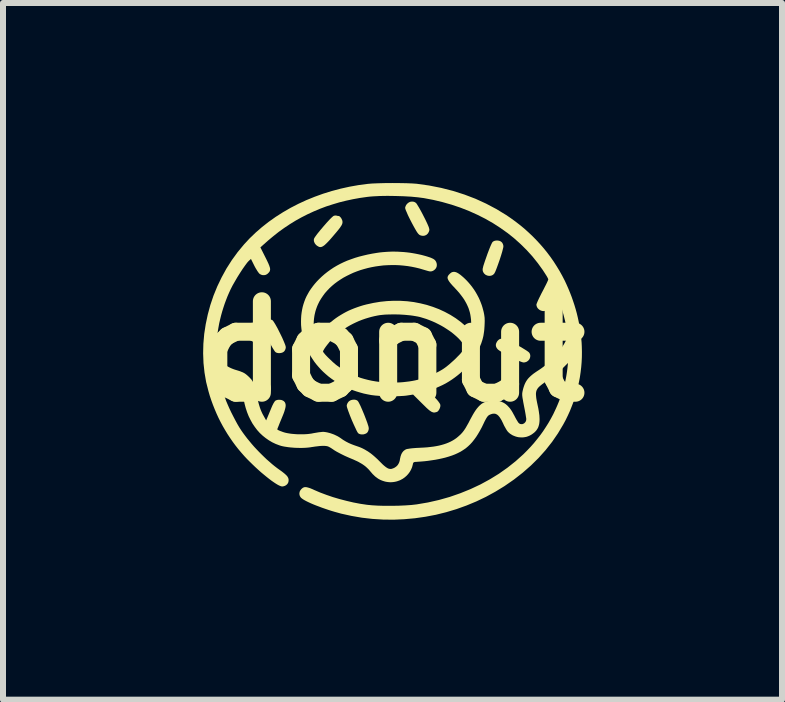
<source format=kicad_pcb>
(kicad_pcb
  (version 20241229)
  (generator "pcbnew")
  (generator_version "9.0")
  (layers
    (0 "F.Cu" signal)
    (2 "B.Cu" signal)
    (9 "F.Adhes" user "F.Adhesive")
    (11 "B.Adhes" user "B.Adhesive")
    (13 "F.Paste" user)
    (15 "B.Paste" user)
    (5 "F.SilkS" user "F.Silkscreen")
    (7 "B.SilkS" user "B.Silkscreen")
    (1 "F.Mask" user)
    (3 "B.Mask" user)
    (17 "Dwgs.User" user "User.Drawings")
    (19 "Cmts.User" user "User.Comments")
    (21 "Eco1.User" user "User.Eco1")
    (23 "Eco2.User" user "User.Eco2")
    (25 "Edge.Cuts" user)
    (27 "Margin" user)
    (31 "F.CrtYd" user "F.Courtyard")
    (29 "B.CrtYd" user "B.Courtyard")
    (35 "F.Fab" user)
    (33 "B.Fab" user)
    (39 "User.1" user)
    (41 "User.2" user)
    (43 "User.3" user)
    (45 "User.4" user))
  (footprint "donut"
    (layer "F.Cu")
    (at 3.491 2.805)
    (property "Reference" "donut" (at 0 0 0) (layer "F.SilkS") (effects (font (size 1.524 1.524) (thickness 0.3))))
    (attr through_hole)
    (fp_poly (pts (xy -2.05 -0.534) (xy -2.04 -0.533) (xy -2.031 -0.531) (xy -2.022 -0.528) (xy -2.012 -0.525) (xy -2.003 -0.521) (xy -2 -0.518) (xy -1.995 -0.513) (xy -1.983 -0.498) (xy -1.969 -0.476) (xy -1.953 -0.45) (xy -1.916 -0.384) (xy -1.878 -0.308) (xy -1.84 -0.231) (xy -1.809 -0.16) (xy -1.797 -0.13) (xy -1.787 -0.104) (xy -1.781 -0.083) (xy -1.779 -0.069) (xy -1.779 -0.065) (xy -1.78 -0.06) (xy -1.78 -0.055) (xy -1.781 -0.05) (xy -1.783 -0.045) (xy -1.784 -0.04) (xy -1.786 -0.036) (xy -1.787 -0.031) (xy -1.789 -0.026) (xy -1.792 -0.021) (xy -1.794 -0.017) (xy -1.796 -0.013) (xy -1.799 -0.009) (xy -1.802 -0.005) (xy -1.804 -0.002) (xy -1.807 0.001) (xy -1.81 0.004) (xy -1.814 0.007) (xy -1.818 0.01) (xy -1.821 0.012) (xy -1.825 0.015) (xy -1.83 0.017) (xy -1.839 0.021) (xy -1.848 0.024) (xy -1.858 0.026) (xy -1.868 0.028) (xy -1.879 0.029) (xy -1.889 0.029) (xy -1.899 0.029) (xy -1.909 0.028) (xy -1.919 0.026) (xy -1.928 0.024) (xy -1.933 0.022) (xy -1.937 0.02) (xy -1.941 0.018) (xy -1.944 0.016) (xy -1.948 0.014) (xy -1.951 0.011) (xy -1.96 0.002) (xy -1.971 -0.014) (xy -1.985 -0.036) (xy -2.002 -0.063) (xy -2.038 -0.129) (xy -2.076 -0.203) (xy -2.113 -0.278) (xy -2.145 -0.346) (xy -2.157 -0.375) (xy -2.166 -0.399) (xy -2.172 -0.417) (xy -2.174 -0.429) (xy -2.174 -0.433) (xy -2.174 -0.438) (xy -2.173 -0.443) (xy -2.172 -0.447) (xy -2.17 -0.452) (xy -2.169 -0.457) (xy -2.167 -0.462) (xy -2.165 -0.467) (xy -2.163 -0.472) (xy -2.16 -0.477) (xy -2.158 -0.482) (xy -2.155 -0.486) (xy -2.152 -0.491) (xy -2.149 -0.495) (xy -2.146 -0.499) (xy -2.143 -0.502) (xy -2.14 -0.506) (xy -2.137 -0.509) (xy -2.133 -0.512) (xy -2.13 -0.514) (xy -2.122 -0.519) (xy -2.114 -0.524) (xy -2.106 -0.527) (xy -2.097 -0.53) (xy -2.088 -0.532) (xy -2.079 -0.534) (xy -2.069 -0.535) (xy -2.06 -0.535)) (stroke (width 0) (type solid)) (fill yes) (layer "F.SilkS"))
    (fp_poly (pts (xy 1.829 -0.21) (xy 1.845 -0.208) (xy 1.864 -0.203) (xy 1.884 -0.196) (xy 1.907 -0.188) (xy 1.933 -0.177) (xy 1.962 -0.164) (xy 1.994 -0.148) (xy 2.068 -0.11) (xy 2.106 -0.089) (xy 2.143 -0.069) (xy 2.177 -0.048) (xy 2.208 -0.029) (xy 2.222 -0.02) (xy 2.235 -0.012) (xy 2.246 -0.004) (xy 2.256 0.003) (xy 2.264 0.009) (xy 2.271 0.015) (xy 2.276 0.02) (xy 2.278 0.022) (xy 2.279 0.024) (xy 2.283 0.03) (xy 2.287 0.037) (xy 2.289 0.044) (xy 2.292 0.05) (xy 2.293 0.057) (xy 2.295 0.064) (xy 2.295 0.071) (xy 2.295 0.078) (xy 2.295 0.084) (xy 2.294 0.091) (xy 2.293 0.098) (xy 2.291 0.105) (xy 2.289 0.111) (xy 2.287 0.117) (xy 2.284 0.124) (xy 2.28 0.13) (xy 2.277 0.136) (xy 2.273 0.141) (xy 2.268 0.147) (xy 2.263 0.152) (xy 2.258 0.157) (xy 2.253 0.161) (xy 2.247 0.165) (xy 2.241 0.169) (xy 2.235 0.173) (xy 2.228 0.176) (xy 2.221 0.178) (xy 2.214 0.181) (xy 2.207 0.182) (xy 2.199 0.184) (xy 2.191 0.185) (xy 2.183 0.185) (xy 2.171 0.183) (xy 2.152 0.177) (xy 2.128 0.168) (xy 2.101 0.157) (xy 2.036 0.127) (xy 1.965 0.092) (xy 1.894 0.055) (xy 1.831 0.019) (xy 1.804 0.002) (xy 1.781 -0.013) (xy 1.764 -0.025) (xy 1.753 -0.035) (xy 1.749 -0.039) (xy 1.746 -0.044) (xy 1.742 -0.048) (xy 1.739 -0.052) (xy 1.737 -0.056) (xy 1.734 -0.06) (xy 1.732 -0.064) (xy 1.73 -0.069) (xy 1.728 -0.073) (xy 1.726 -0.077) (xy 1.725 -0.081) (xy 1.724 -0.086) (xy 1.723 -0.09) (xy 1.722 -0.094) (xy 1.722 -0.099) (xy 1.722 -0.103) (xy 1.722 -0.107) (xy 1.722 -0.112) (xy 1.723 -0.116) (xy 1.723 -0.12) (xy 1.724 -0.125) (xy 1.726 -0.129) (xy 1.727 -0.134) (xy 1.729 -0.138) (xy 1.731 -0.142) (xy 1.733 -0.147) (xy 1.735 -0.151) (xy 1.738 -0.156) (xy 1.743 -0.165) (xy 1.75 -0.174) (xy 1.759 -0.184) (xy 1.769 -0.193) (xy 1.779 -0.2) (xy 1.789 -0.205) (xy 1.801 -0.209) (xy 1.814 -0.21)) (stroke (width 0) (type solid)) (fill yes) (layer "F.SilkS"))
    (fp_poly (pts (xy -0.63 0.805) (xy -0.625 0.806) (xy -0.62 0.807) (xy -0.614 0.808) (xy -0.609 0.81) (xy -0.605 0.811) (xy -0.6 0.813) (xy -0.595 0.815) (xy -0.591 0.818) (xy -0.587 0.82) (xy -0.584 0.823) (xy -0.58 0.826) (xy -0.577 0.83) (xy -0.569 0.841) (xy -0.559 0.859) (xy -0.533 0.911) (xy -0.504 0.978) (xy -0.473 1.052) (xy -0.444 1.127) (xy -0.419 1.195) (xy -0.41 1.224) (xy -0.402 1.248) (xy -0.398 1.267) (xy -0.396 1.28) (xy -0.396 1.285) (xy -0.397 1.291) (xy -0.397 1.296) (xy -0.398 1.302) (xy -0.399 1.307) (xy -0.401 1.312) (xy -0.402 1.318) (xy -0.404 1.323) (xy -0.406 1.328) (xy -0.408 1.332) (xy -0.41 1.337) (xy -0.413 1.341) (xy -0.416 1.345) (xy -0.418 1.349) (xy -0.421 1.353) (xy -0.424 1.356) (xy -0.428 1.359) (xy -0.431 1.362) (xy -0.435 1.364) (xy -0.438 1.367) (xy -0.443 1.369) (xy -0.447 1.371) (xy -0.456 1.375) (xy -0.465 1.378) (xy -0.475 1.381) (xy -0.485 1.383) (xy -0.496 1.384) (xy -0.506 1.384) (xy -0.516 1.384) (xy -0.526 1.383) (xy -0.536 1.381) (xy -0.546 1.378) (xy -0.55 1.377) (xy -0.554 1.375) (xy -0.558 1.373) (xy -0.562 1.371) (xy -0.566 1.368) (xy -0.57 1.366) (xy -0.577 1.358) (xy -0.587 1.342) (xy -0.599 1.32) (xy -0.612 1.292) (xy -0.644 1.224) (xy -0.678 1.147) (xy -0.71 1.068) (xy -0.737 0.996) (xy -0.756 0.94) (xy -0.761 0.92) (xy -0.763 0.907) (xy -0.763 0.903) (xy -0.762 0.899) (xy -0.762 0.895) (xy -0.761 0.891) (xy -0.759 0.886) (xy -0.758 0.882) (xy -0.756 0.877) (xy -0.754 0.872) (xy -0.752 0.867) (xy -0.749 0.863) (xy -0.747 0.858) (xy -0.744 0.854) (xy -0.741 0.85) (xy -0.738 0.846) (xy -0.735 0.842) (xy -0.732 0.838) (xy -0.728 0.834) (xy -0.724 0.831) (xy -0.72 0.828) (xy -0.716 0.825) (xy -0.711 0.822) (xy -0.706 0.819) (xy -0.701 0.817) (xy -0.696 0.814) (xy -0.691 0.812) (xy -0.686 0.811) (xy -0.68 0.809) (xy -0.675 0.808) (xy -0.664 0.806) (xy -0.652 0.805) (xy -0.641 0.805)) (stroke (width 0) (type solid)) (fill yes) (layer "F.SilkS"))
    (fp_poly (pts (xy 1.753 -1.847) (xy 1.764 -1.845) (xy 1.775 -1.843) (xy 1.785 -1.84) (xy 1.79 -1.838) (xy 1.795 -1.836) (xy 1.799 -1.834) (xy 1.804 -1.831) (xy 1.808 -1.828) (xy 1.812 -1.825) (xy 1.816 -1.822) (xy 1.819 -1.819) (xy 1.822 -1.816) (xy 1.825 -1.812) (xy 1.828 -1.809) (xy 1.83 -1.805) (xy 1.833 -1.801) (xy 1.835 -1.796) (xy 1.837 -1.792) (xy 1.839 -1.787) (xy 1.841 -1.782) (xy 1.843 -1.777) (xy 1.844 -1.772) (xy 1.845 -1.767) (xy 1.846 -1.763) (xy 1.847 -1.758) (xy 1.847 -1.753) (xy 1.847 -1.748) (xy 1.846 -1.736) (xy 1.842 -1.718) (xy 1.829 -1.666) (xy 1.809 -1.599) (xy 1.785 -1.525) (xy 1.759 -1.451) (xy 1.735 -1.385) (xy 1.714 -1.332) (xy 1.705 -1.314) (xy 1.698 -1.301) (xy 1.694 -1.295) (xy 1.689 -1.289) (xy 1.684 -1.284) (xy 1.678 -1.28) (xy 1.673 -1.275) (xy 1.667 -1.272) (xy 1.661 -1.268) (xy 1.654 -1.266) (xy 1.648 -1.263) (xy 1.641 -1.261) (xy 1.634 -1.26) (xy 1.627 -1.259) (xy 1.62 -1.258) (xy 1.613 -1.258) (xy 1.606 -1.259) (xy 1.599 -1.259) (xy 1.591 -1.26) (xy 1.584 -1.262) (xy 1.578 -1.264) (xy 1.571 -1.267) (xy 1.564 -1.269) (xy 1.558 -1.273) (xy 1.551 -1.276) (xy 1.545 -1.28) (xy 1.54 -1.285) (xy 1.534 -1.29) (xy 1.529 -1.295) (xy 1.524 -1.3) (xy 1.52 -1.306) (xy 1.516 -1.313) (xy 1.512 -1.319) (xy 1.509 -1.327) (xy 1.506 -1.333) (xy 1.504 -1.34) (xy 1.503 -1.347) (xy 1.502 -1.355) (xy 1.502 -1.363) (xy 1.502 -1.373) (xy 1.504 -1.384) (xy 1.507 -1.396) (xy 1.51 -1.41) (xy 1.514 -1.426) (xy 1.527 -1.466) (xy 1.544 -1.517) (xy 1.567 -1.582) (xy 1.582 -1.625) (xy 1.598 -1.667) (xy 1.613 -1.706) (xy 1.627 -1.741) (xy 1.64 -1.771) (xy 1.651 -1.795) (xy 1.656 -1.804) (xy 1.66 -1.812) (xy 1.664 -1.818) (xy 1.667 -1.822) (xy 1.67 -1.825) (xy 1.674 -1.828) (xy 1.678 -1.831) (xy 1.682 -1.833) (xy 1.686 -1.836) (xy 1.691 -1.838) (xy 1.696 -1.84) (xy 1.7 -1.841) (xy 1.705 -1.843) (xy 1.71 -1.844) (xy 1.721 -1.846) (xy 1.732 -1.847) (xy 1.743 -1.847)) (stroke (width 0) (type solid)) (fill yes) (layer "F.SilkS"))
    (fp_poly (pts (xy -0.945 -2.264) (xy -0.942 -2.264) (xy -0.939 -2.263) (xy -0.937 -2.263) (xy -0.935 -2.262) (xy -0.931 -2.261) (xy -0.926 -2.26) (xy -0.922 -2.259) (xy -0.917 -2.258) (xy -0.913 -2.257) (xy -0.909 -2.257) (xy -0.906 -2.257) (xy -0.904 -2.256) (xy -0.903 -2.256) (xy -0.9 -2.256) (xy -0.897 -2.256) (xy -0.894 -2.255) (xy -0.891 -2.254) (xy -0.888 -2.252) (xy -0.885 -2.251) (xy -0.882 -2.249) (xy -0.879 -2.247) (xy -0.874 -2.241) (xy -0.868 -2.235) (xy -0.862 -2.229) (xy -0.857 -2.221) (xy -0.852 -2.214) (xy -0.848 -2.205) (xy -0.844 -2.197) (xy -0.84 -2.188) (xy -0.837 -2.179) (xy -0.835 -2.17) (xy -0.834 -2.162) (xy -0.834 -2.158) (xy -0.834 -2.153) (xy -0.834 -2.146) (xy -0.835 -2.139) (xy -0.837 -2.131) (xy -0.839 -2.123) (xy -0.843 -2.114) (xy -0.848 -2.105) (xy -0.853 -2.094) (xy -0.861 -2.083) (xy -0.869 -2.07) (xy -0.879 -2.056) (xy -0.904 -2.024) (xy -0.937 -1.984) (xy -0.978 -1.936) (xy -1.006 -1.903) (xy -1.032 -1.873) (xy -1.056 -1.846) (xy -1.078 -1.823) (xy -1.098 -1.803) (xy -1.107 -1.794) (xy -1.116 -1.786) (xy -1.124 -1.778) (xy -1.132 -1.771) (xy -1.14 -1.765) (xy -1.147 -1.76) (xy -1.154 -1.755) (xy -1.161 -1.751) (xy -1.168 -1.747) (xy -1.174 -1.744) (xy -1.18 -1.742) (xy -1.186 -1.74) (xy -1.192 -1.739) (xy -1.198 -1.738) (xy -1.203 -1.738) (xy -1.209 -1.738) (xy -1.214 -1.739) (xy -1.22 -1.74) (xy -1.225 -1.742) (xy -1.23 -1.744) (xy -1.236 -1.747) (xy -1.241 -1.75) (xy -1.246 -1.753) (xy -1.251 -1.756) (xy -1.256 -1.759) (xy -1.26 -1.762) (xy -1.265 -1.766) (xy -1.269 -1.769) (xy -1.277 -1.777) (xy -1.284 -1.785) (xy -1.29 -1.793) (xy -1.296 -1.801) (xy -1.3 -1.81) (xy -1.302 -1.815) (xy -1.304 -1.819) (xy -1.306 -1.824) (xy -1.307 -1.828) (xy -1.309 -1.833) (xy -1.31 -1.837) (xy -1.31 -1.842) (xy -1.311 -1.846) (xy -1.311 -1.851) (xy -1.311 -1.855) (xy -1.311 -1.86) (xy -1.311 -1.864) (xy -1.31 -1.868) (xy -1.309 -1.873) (xy -1.308 -1.877) (xy -1.306 -1.881) (xy -1.3 -1.893) (xy -1.288 -1.911) (xy -1.272 -1.933) (xy -1.253 -1.959) (xy -1.205 -2.018) (xy -1.151 -2.082) (xy -1.096 -2.145) (xy -1.046 -2.199) (xy -1.024 -2.221) (xy -1.006 -2.238) (xy -0.992 -2.25) (xy -0.987 -2.254) (xy -0.983 -2.256) (xy -0.98 -2.258) (xy -0.977 -2.259) (xy -0.973 -2.26) (xy -0.97 -2.261) (xy -0.967 -2.262) (xy -0.963 -2.262) (xy -0.96 -2.263) (xy -0.957 -2.264) (xy -0.953 -2.264) (xy -0.95 -2.264) (xy -0.947 -2.264)) (stroke (width 0) (type solid)) (fill yes) (layer "F.SilkS"))
    (fp_poly (pts (xy 0.333 -2.496) (xy 0.338 -2.495) (xy 0.343 -2.495) (xy 0.348 -2.494) (xy 0.352 -2.493) (xy 0.357 -2.491) (xy 0.362 -2.49) (xy 0.366 -2.488) (xy 0.371 -2.486) (xy 0.375 -2.484) (xy 0.379 -2.481) (xy 0.383 -2.478) (xy 0.387 -2.476) (xy 0.391 -2.472) (xy 0.395 -2.469) (xy 0.399 -2.463) (xy 0.41 -2.447) (xy 0.424 -2.424) (xy 0.441 -2.396) (xy 0.459 -2.364) (xy 0.479 -2.328) (xy 0.499 -2.29) (xy 0.52 -2.249) (xy 0.546 -2.198) (xy 0.557 -2.175) (xy 0.567 -2.154) (xy 0.576 -2.135) (xy 0.584 -2.117) (xy 0.591 -2.101) (xy 0.597 -2.087) (xy 0.602 -2.074) (xy 0.606 -2.063) (xy 0.609 -2.052) (xy 0.611 -2.043) (xy 0.613 -2.035) (xy 0.613 -2.028) (xy 0.614 -2.025) (xy 0.613 -2.022) (xy 0.613 -2.019) (xy 0.613 -2.017) (xy 0.611 -2.01) (xy 0.609 -2.003) (xy 0.607 -1.997) (xy 0.604 -1.991) (xy 0.601 -1.985) (xy 0.598 -1.98) (xy 0.595 -1.974) (xy 0.592 -1.969) (xy 0.588 -1.964) (xy 0.585 -1.96) (xy 0.581 -1.956) (xy 0.576 -1.952) (xy 0.572 -1.948) (xy 0.568 -1.944) (xy 0.563 -1.941) (xy 0.558 -1.938) (xy 0.554 -1.936) (xy 0.548 -1.934) (xy 0.543 -1.931) (xy 0.538 -1.93) (xy 0.533 -1.928) (xy 0.527 -1.927) (xy 0.521 -1.926) (xy 0.516 -1.926) (xy 0.51 -1.926) (xy 0.504 -1.926) (xy 0.498 -1.926) (xy 0.491 -1.927) (xy 0.485 -1.928) (xy 0.479 -1.929) (xy 0.472 -1.931) (xy 0.466 -1.933) (xy 0.459 -1.936) (xy 0.453 -1.939) (xy 0.446 -1.943) (xy 0.44 -1.949) (xy 0.433 -1.955) (xy 0.426 -1.963) (xy 0.419 -1.972) (xy 0.411 -1.983) (xy 0.403 -1.995) (xy 0.394 -2.01) (xy 0.373 -2.046) (xy 0.347 -2.093) (xy 0.316 -2.151) (xy 0.295 -2.192) (xy 0.275 -2.232) (xy 0.257 -2.269) (xy 0.242 -2.304) (xy 0.229 -2.334) (xy 0.223 -2.347) (xy 0.219 -2.359) (xy 0.215 -2.369) (xy 0.213 -2.378) (xy 0.211 -2.384) (xy 0.211 -2.389) (xy 0.211 -2.393) (xy 0.211 -2.398) (xy 0.212 -2.402) (xy 0.213 -2.407) (xy 0.215 -2.411) (xy 0.217 -2.416) (xy 0.219 -2.421) (xy 0.221 -2.426) (xy 0.223 -2.431) (xy 0.226 -2.436) (xy 0.229 -2.441) (xy 0.232 -2.445) (xy 0.235 -2.449) (xy 0.239 -2.454) (xy 0.242 -2.457) (xy 0.246 -2.461) (xy 0.25 -2.465) (xy 0.254 -2.469) (xy 0.258 -2.472) (xy 0.262 -2.475) (xy 0.267 -2.478) (xy 0.271 -2.481) (xy 0.275 -2.483) (xy 0.28 -2.486) (xy 0.285 -2.488) (xy 0.289 -2.49) (xy 0.294 -2.491) (xy 0.299 -2.493) (xy 0.304 -2.494) (xy 0.309 -2.495) (xy 0.314 -2.495) (xy 0.319 -2.496) (xy 0.323 -2.496) (xy 0.328 -2.496)) (stroke (width 0) (type solid)) (fill yes) (layer "F.SilkS"))
    (fp_poly (pts (xy 0.086 -1.661) (xy 0.137 -1.658) (xy 0.187 -1.655) (xy 0.238 -1.65) (xy 0.288 -1.644) (xy 0.338 -1.636) (xy 0.388 -1.627) (xy 0.437 -1.617) (xy 0.486 -1.606) (xy 0.534 -1.593) (xy 0.559 -1.586) (xy 0.582 -1.579) (xy 0.603 -1.572) (xy 0.622 -1.566) (xy 0.638 -1.56) (xy 0.646 -1.557) (xy 0.653 -1.553) (xy 0.66 -1.55) (xy 0.667 -1.547) (xy 0.673 -1.544) (xy 0.679 -1.541) (xy 0.684 -1.538) (xy 0.689 -1.534) (xy 0.694 -1.531) (xy 0.698 -1.528) (xy 0.702 -1.524) (xy 0.706 -1.521) (xy 0.709 -1.517) (xy 0.713 -1.513) (xy 0.716 -1.509) (xy 0.718 -1.505) (xy 0.721 -1.501) (xy 0.723 -1.497) (xy 0.726 -1.493) (xy 0.728 -1.488) (xy 0.729 -1.484) (xy 0.731 -1.479) (xy 0.733 -1.474) (xy 0.734 -1.468) (xy 0.736 -1.463) (xy 0.737 -1.458) (xy 0.737 -1.453) (xy 0.738 -1.448) (xy 0.738 -1.443) (xy 0.738 -1.437) (xy 0.738 -1.433) (xy 0.737 -1.428) (xy 0.737 -1.423) (xy 0.736 -1.418) (xy 0.735 -1.413) (xy 0.733 -1.408) (xy 0.732 -1.404) (xy 0.73 -1.399) (xy 0.728 -1.395) (xy 0.726 -1.391) (xy 0.723 -1.386) (xy 0.72 -1.382) (xy 0.718 -1.378) (xy 0.715 -1.374) (xy 0.711 -1.37) (xy 0.708 -1.367) (xy 0.704 -1.363) (xy 0.7 -1.36) (xy 0.696 -1.356) (xy 0.692 -1.353) (xy 0.688 -1.35) (xy 0.683 -1.347) (xy 0.678 -1.345) (xy 0.673 -1.342) (xy 0.667 -1.339) (xy 0.661 -1.337) (xy 0.655 -1.335) (xy 0.649 -1.334) (xy 0.643 -1.333) (xy 0.636 -1.332) (xy 0.629 -1.333) (xy 0.621 -1.333) (xy 0.613 -1.334) (xy 0.603 -1.336) (xy 0.593 -1.339) (xy 0.581 -1.342) (xy 0.554 -1.35) (xy 0.52 -1.36) (xy 0.453 -1.38) (xy 0.387 -1.396) (xy 0.319 -1.41) (xy 0.252 -1.421) (xy 0.184 -1.429) (xy 0.117 -1.435) (xy 0.049 -1.438) (xy -0.018 -1.438) (xy -0.085 -1.436) (xy -0.152 -1.432) (xy -0.218 -1.424) (xy -0.283 -1.415) (xy -0.348 -1.403) (xy -0.411 -1.389) (xy -0.474 -1.372) (xy -0.535 -1.354) (xy -0.594 -1.333) (xy -0.653 -1.31) (xy -0.709 -1.284) (xy -0.764 -1.257) (xy -0.818 -1.228) (xy -0.869 -1.196) (xy -0.918 -1.163) (xy -0.965 -1.128) (xy -1.009 -1.091) (xy -1.051 -1.052) (xy -1.09 -1.011) (xy -1.127 -0.969) (xy -1.16 -0.924) (xy -1.191 -0.878) (xy -1.219 -0.831) (xy -1.243 -0.782) (xy -1.255 -0.754) (xy -1.266 -0.725) (xy -1.276 -0.696) (xy -1.285 -0.667) (xy -1.292 -0.637) (xy -1.299 -0.607) (xy -1.304 -0.577) (xy -1.308 -0.547) (xy -1.311 -0.517) (xy -1.313 -0.488) (xy -1.313 -0.458) (xy -1.313 -0.428) (xy -1.311 -0.399) (xy -1.308 -0.369) (xy -1.303 -0.34) (xy -1.298 -0.312) (xy -1.284 -0.243) (xy -1.14 -0.385) (xy -1.102 -0.422) (xy -1.063 -0.458) (xy -1.024 -0.491) (xy -0.985 -0.523) (xy -0.945 -0.553) (xy -0.904 -0.581) (xy -0.862 -0.607) (xy -0.82 -0.632) (xy -0.776 -0.656) (xy -0.732 -0.678) (xy -0.686 -0.698) (xy -0.639 -0.717) (xy -0.59 -0.735) (xy -0.54 -0.752) (xy -0.488 -0.768) (xy -0.434 -0.782) (xy -0.32 -0.807) (xy -0.206 -0.826) (xy -0.091 -0.838) (xy 0.022 -0.843) (xy 0.135 -0.842) (xy 0.247 -0.835) (xy 0.357 -0.821) (xy 0.465 -0.8) (xy 0.571 -0.774) (xy 0.674 -0.741) (xy 0.774 -0.703) (xy 0.871 -0.658) (xy 0.964 -0.608) (xy 1.053 -0.552) (xy 1.137 -0.49) (xy 1.217 -0.422) (xy 1.311 -0.335) (xy 1.311 -0.446) (xy 1.31 -0.489) (xy 1.308 -0.53) (xy 1.303 -0.57) (xy 1.297 -0.609) (xy 1.289 -0.647) (xy 1.278 -0.684) (xy 1.266 -0.721) (xy 1.251 -0.756) (xy 1.234 -0.792) (xy 1.215 -0.827) (xy 1.194 -0.863) (xy 1.17 -0.898) (xy 1.143 -0.934) (xy 1.114 -0.971) (xy 1.082 -1.008) (xy 1.047 -1.046) (xy 1.022 -1.073) (xy 0.999 -1.097) (xy 0.98 -1.119) (xy 0.971 -1.129) (xy 0.963 -1.139) (xy 0.956 -1.148) (xy 0.949 -1.157) (xy 0.943 -1.166) (xy 0.938 -1.174) (xy 0.933 -1.181) (xy 0.929 -1.189) (xy 0.926 -1.196) (xy 0.923 -1.202) (xy 0.92 -1.209) (xy 0.919 -1.215) (xy 0.918 -1.221) (xy 0.917 -1.226) (xy 0.917 -1.232) (xy 0.918 -1.237) (xy 0.919 -1.243) (xy 0.921 -1.248) (xy 0.923 -1.253) (xy 0.925 -1.258) (xy 0.929 -1.263) (xy 0.932 -1.269) (xy 0.936 -1.274) (xy 0.941 -1.279) (xy 0.946 -1.284) (xy 0.951 -1.29) (xy 0.961 -1.299) (xy 0.966 -1.303) (xy 0.971 -1.307) (xy 0.976 -1.311) (xy 0.981 -1.314) (xy 0.986 -1.316) (xy 0.991 -1.319) (xy 0.997 -1.321) (xy 1.002 -1.322) (xy 1.007 -1.323) (xy 1.012 -1.324) (xy 1.018 -1.325) (xy 1.023 -1.325) (xy 1.029 -1.325) (xy 1.035 -1.324) (xy 1.041 -1.323) (xy 1.047 -1.322) (xy 1.053 -1.32) (xy 1.059 -1.318) (xy 1.065 -1.316) (xy 1.072 -1.313) (xy 1.085 -1.306) (xy 1.099 -1.298) (xy 1.113 -1.288) (xy 1.129 -1.277) (xy 1.145 -1.264) (xy 1.178 -1.236) (xy 1.209 -1.207) (xy 1.24 -1.176) (xy 1.269 -1.144) (xy 1.297 -1.111) (xy 1.324 -1.077) (xy 1.349 -1.042) (xy 1.374 -1.005) (xy 1.396 -0.968) (xy 1.417 -0.93) (xy 1.437 -0.892) (xy 1.455 -0.852) (xy 1.471 -0.812) (xy 1.486 -0.772) (xy 1.499 -0.731) (xy 1.51 -0.69) (xy 1.519 -0.655) (xy 1.525 -0.624) (xy 1.528 -0.609) (xy 1.53 -0.594) (xy 1.532 -0.58) (xy 1.534 -0.565) (xy 1.535 -0.55) (xy 1.535 -0.535) (xy 1.536 -0.519) (xy 1.536 -0.502) (xy 1.535 -0.465) (xy 1.533 -0.422) (xy 1.531 -0.392) (xy 1.529 -0.363) (xy 1.526 -0.335) (xy 1.522 -0.308) (xy 1.518 -0.282) (xy 1.514 -0.257) (xy 1.508 -0.232) (xy 1.502 -0.208) (xy 1.495 -0.184) (xy 1.487 -0.16) (xy 1.479 -0.135) (xy 1.469 -0.111) (xy 1.459 -0.086) (xy 1.447 -0.06) (xy 1.435 -0.033) (xy 1.421 -0.006) (xy 1.394 0.044) (xy 1.365 0.093) (xy 1.332 0.14) (xy 1.297 0.187) (xy 1.26 0.232) (xy 1.22 0.276) (xy 1.178 0.318) (xy 1.134 0.359) (xy 1.088 0.397) (xy 1.04 0.434) (xy 0.991 0.469) (xy 0.94 0.502) (xy 0.888 0.533) (xy 0.834 0.561) (xy 0.78 0.586) (xy 0.724 0.61) (xy 0.606 0.656) (xy 0.637 0.691) (xy 0.653 0.71) (xy 0.676 0.736) (xy 0.702 0.764) (xy 0.727 0.792) (xy 0.733 0.798) (xy 0.739 0.805) (xy 0.745 0.812) (xy 0.751 0.819) (xy 0.756 0.826) (xy 0.762 0.833) (xy 0.767 0.839) (xy 0.771 0.846) (xy 0.776 0.852) (xy 0.78 0.858) (xy 0.784 0.864) (xy 0.787 0.869) (xy 0.79 0.874) (xy 0.792 0.879) (xy 0.794 0.883) (xy 0.795 0.886) (xy 0.796 0.89) (xy 0.796 0.893) (xy 0.797 0.897) (xy 0.797 0.901) (xy 0.797 0.906) (xy 0.797 0.91) (xy 0.796 0.914) (xy 0.796 0.919) (xy 0.795 0.924) (xy 0.794 0.928) (xy 0.791 0.938) (xy 0.788 0.947) (xy 0.784 0.956) (xy 0.779 0.966) (xy 0.774 0.974) (xy 0.769 0.982) (xy 0.766 0.986) (xy 0.764 0.989) (xy 0.761 0.993) (xy 0.758 0.996) (xy 0.755 0.999) (xy 0.752 1.001) (xy 0.749 1.004) (xy 0.746 1.006) (xy 0.743 1.007) (xy 0.74 1.009) (xy 0.727 1.013) (xy 0.715 1.016) (xy 0.704 1.018) (xy 0.699 1.019) (xy 0.693 1.019) (xy 0.688 1.019) (xy 0.682 1.018) (xy 0.676 1.017) (xy 0.671 1.015) (xy 0.665 1.013) (xy 0.659 1.011) (xy 0.646 1.005) (xy 0.633 0.996) (xy 0.618 0.986) (xy 0.602 0.973) (xy 0.585 0.958) (xy 0.565 0.94) (xy 0.544 0.919) (xy 0.493 0.869) (xy 0.343 0.72) (xy 0.246 0.735) (xy 0.217 0.739) (xy 0.184 0.742) (xy 0.112 0.746) (xy 0.032 0.749) (xy -0.052 0.749) (xy -0.136 0.746) (xy -0.217 0.742) (xy -0.29 0.736) (xy -0.354 0.728) (xy -0.417 0.716) (xy -0.479 0.703) (xy -0.54 0.686) (xy -0.6 0.668) (xy -0.658 0.648) (xy -0.715 0.625) (xy -0.77 0.601) (xy -0.824 0.575) (xy -0.877 0.546) (xy -0.928 0.516) (xy -0.977 0.484) (xy -1.024 0.451) (xy -1.07 0.416) (xy -1.113 0.379) (xy -1.155 0.341) (xy -1.195 0.301) (xy -1.233 0.259) (xy -1.269 0.217) (xy -1.303 0.173) (xy -1.334 0.127) (xy -1.364 0.081) (xy -1.391 0.033) (xy -1.407 0.001) (xy -1.158 0.001) (xy -1.158 0.004) (xy -1.156 0.007) (xy -1.152 0.015) (xy -1.144 0.026) (xy -1.133 0.039) (xy -1.121 0.054) (xy -1.106 0.07) (xy -1.072 0.105) (xy -1.034 0.141) (xy -0.995 0.178) (xy -0.957 0.211) (xy -0.939 0.226) (xy -0.923 0.238) (xy -0.87 0.275) (xy -0.817 0.309) (xy -0.762 0.341) (xy -0.706 0.37) (xy -0.649 0.396) (xy -0.59 0.42) (xy -0.531 0.442) (xy -0.469 0.46) (xy -0.407 0.476) (xy -0.343 0.49) (xy -0.278 0.501) (xy -0.211 0.51) (xy -0.143 0.516) (xy -0.074 0.52) (xy -0.003 0.521) (xy 0.069 0.519) (xy 0.124 0.517) (xy 0.177 0.513) (xy 0.229 0.507) (xy 0.279 0.501) (xy 0.328 0.493) (xy 0.375 0.484) (xy 0.422 0.473) (xy 0.468 0.461) (xy 0.513 0.448) (xy 0.557 0.433) (xy 0.602 0.416) (xy 0.646 0.397) (xy 0.69 0.377) (xy 0.734 0.355) (xy 0.779 0.332) (xy 0.824 0.306) (xy 0.845 0.293) (xy 0.868 0.277) (xy 0.893 0.259) (xy 0.919 0.238) (xy 0.946 0.216) (xy 0.973 0.192) (xy 1.001 0.167) (xy 1.029 0.142) (xy 1.056 0.116) (xy 1.081 0.09) (xy 1.105 0.066) (xy 1.128 0.042) (xy 1.147 0.019) (xy 1.164 -0.002) (xy 1.178 -0.021) (xy 1.188 -0.037) (xy 1.212 -0.081) (xy 1.156 -0.152) (xy 1.128 -0.186) (xy 1.097 -0.219) (xy 1.063 -0.251) (xy 1.026 -0.283) (xy 0.987 -0.315) (xy 0.945 -0.345) (xy 0.901 -0.374) (xy 0.856 -0.403) (xy 0.809 -0.43) (xy 0.761 -0.455) (xy 0.711 -0.48) (xy 0.661 -0.502) (xy 0.611 -0.522) (xy 0.56 -0.541) (xy 0.508 -0.557) (xy 0.458 -0.572) (xy 0.422 -0.58) (xy 0.383 -0.587) (xy 0.341 -0.594) (xy 0.297 -0.6) (xy 0.203 -0.609) (xy 0.105 -0.615) (xy 0.007 -0.616) (xy -0.086 -0.614) (xy -0.13 -0.612) (xy -0.172 -0.608) (xy -0.21 -0.604) (xy -0.245 -0.598) (xy -0.3 -0.587) (xy -0.354 -0.574) (xy -0.407 -0.559) (xy -0.459 -0.543) (xy -0.51 -0.525) (xy -0.561 -0.505) (xy -0.61 -0.483) (xy -0.658 -0.46) (xy -0.704 -0.436) (xy -0.749 -0.41) (xy -0.793 -0.382) (xy -0.835 -0.354) (xy -0.876 -0.324) (xy -0.915 -0.292) (xy -0.952 -0.26) (xy -0.987 -0.226) (xy -1.001 -0.212) (xy -1.015 -0.197) (xy -1.029 -0.181) (xy -1.044 -0.164) (xy -1.058 -0.147) (xy -1.072 -0.129) (xy -1.086 -0.112) (xy -1.099 -0.095) (xy -1.112 -0.078) (xy -1.123 -0.062) (xy -1.133 -0.048) (xy -1.141 -0.034) (xy -1.148 -0.022) (xy -1.154 -0.012) (xy -1.157 -0.004) (xy -1.158 -0.001) (xy -1.158 0.001) (xy -1.407 0.001) (xy -1.416 -0.015) (xy -1.438 -0.065) (xy -1.458 -0.116) (xy -1.475 -0.168) (xy -1.49 -0.22) (xy -1.503 -0.273) (xy -1.512 -0.328) (xy -1.519 -0.382) (xy -1.524 -0.438) (xy -1.525 -0.494) (xy -1.524 -0.546) (xy -1.521 -0.597) (xy -1.515 -0.646) (xy -1.507 -0.694) (xy -1.497 -0.741) (xy -1.484 -0.787) (xy -1.469 -0.832) (xy -1.452 -0.877) (xy -1.432 -0.92) (xy -1.409 -0.962) (xy -1.385 -1.004) (xy -1.357 -1.045) (xy -1.327 -1.086) (xy -1.295 -1.126) (xy -1.26 -1.166) (xy -1.222 -1.205) (xy -1.177 -1.248) (xy -1.131 -1.288) (xy -1.083 -1.326) (xy -1.033 -1.362) (xy -0.982 -1.396) (xy -0.928 -1.428) (xy -0.872 -1.458) (xy -0.814 -1.486) (xy -0.754 -1.512) (xy -0.691 -1.535) (xy -0.626 -1.558) (xy -0.559 -1.578) (xy -0.488 -1.596) (xy -0.416 -1.613) (xy -0.34 -1.628) (xy -0.262 -1.641) (xy -0.214 -1.648) (xy -0.165 -1.653) (xy -0.115 -1.657) (xy -0.065 -1.66) (xy -0.015 -1.662) (xy 0.036 -1.662)) (stroke (width 0) (type solid)) (fill yes) (layer "F.SilkS"))
    (fp_poly (pts (xy 0.119 -2.804) (xy 0.233 -2.802) (xy 0.33 -2.798) (xy 0.401 -2.793) (xy 0.608 -2.764) (xy 0.811 -2.724) (xy 1.007 -2.674) (xy 1.198 -2.613) (xy 1.382 -2.543) (xy 1.559 -2.462) (xy 1.729 -2.372) (xy 1.892 -2.273) (xy 1.97 -2.22) (xy 2.046 -2.165) (xy 2.121 -2.107) (xy 2.193 -2.048) (xy 2.262 -1.986) (xy 2.33 -1.922) (xy 2.395 -1.856) (xy 2.458 -1.788) (xy 2.519 -1.718) (xy 2.577 -1.646) (xy 2.632 -1.573) (xy 2.685 -1.497) (xy 2.735 -1.419) (xy 2.783 -1.34) (xy 2.828 -1.259) (xy 2.871 -1.176) (xy 2.901 -1.111) (xy 2.93 -1.045) (xy 2.958 -0.977) (xy 2.984 -0.91) (xy 3.008 -0.841) (xy 3.031 -0.772) (xy 3.052 -0.702) (xy 3.071 -0.632) (xy 3.088 -0.561) (xy 3.103 -0.491) (xy 3.117 -0.421) (xy 3.128 -0.351) (xy 3.138 -0.281) (xy 3.145 -0.212) (xy 3.151 -0.144) (xy 3.154 -0.076) (xy 3.156 0.01) (xy 3.155 0.095) (xy 3.151 0.18) (xy 3.144 0.264) (xy 3.134 0.348) (xy 3.122 0.431) (xy 3.106 0.514) (xy 3.088 0.596) (xy 3.067 0.677) (xy 3.043 0.757) (xy 3.017 0.837) (xy 2.987 0.915) (xy 2.956 0.993) (xy 2.921 1.07) (xy 2.884 1.146) (xy 2.844 1.22) (xy 2.756 1.367) (xy 2.659 1.508) (xy 2.551 1.645) (xy 2.433 1.777) (xy 2.305 1.903) (xy 2.168 2.023) (xy 2.022 2.137) (xy 1.866 2.245) (xy 1.714 2.338) (xy 1.557 2.424) (xy 1.396 2.501) (xy 1.232 2.569) (xy 1.065 2.629) (xy 0.895 2.68) (xy 0.722 2.723) (xy 0.548 2.756) (xy 0.373 2.781) (xy 0.196 2.797) (xy 0.019 2.805) (xy -0.157 2.803) (xy -0.334 2.792) (xy -0.509 2.772) (xy -0.684 2.742) (xy -0.856 2.704) (xy -0.91 2.689) (xy -0.964 2.674) (xy -1.018 2.658) (xy -1.071 2.641) (xy -1.124 2.623) (xy -1.176 2.605) (xy -1.226 2.586) (xy -1.274 2.568) (xy -1.319 2.55) (xy -1.361 2.532) (xy -1.4 2.514) (xy -1.435 2.497) (xy -1.465 2.481) (xy -1.49 2.466) (xy -1.51 2.452) (xy -1.524 2.44) (xy -1.527 2.436) (xy -1.531 2.432) (xy -1.534 2.427) (xy -1.537 2.423) (xy -1.539 2.419) (xy -1.542 2.414) (xy -1.544 2.41) (xy -1.546 2.405) (xy -1.547 2.4) (xy -1.549 2.396) (xy -1.55 2.391) (xy -1.551 2.386) (xy -1.551 2.382) (xy -1.552 2.377) (xy -1.552 2.372) (xy -1.552 2.367) (xy -1.552 2.362) (xy -1.551 2.357) (xy -1.55 2.353) (xy -1.549 2.348) (xy -1.548 2.343) (xy -1.547 2.338) (xy -1.545 2.334) (xy -1.543 2.329) (xy -1.541 2.324) (xy -1.538 2.32) (xy -1.535 2.315) (xy -1.532 2.311) (xy -1.529 2.307) (xy -1.526 2.303) (xy -1.522 2.298) (xy -1.518 2.294) (xy -1.51 2.286) (xy -1.501 2.279) (xy -1.493 2.273) (xy -1.484 2.269) (xy -1.475 2.265) (xy -1.465 2.263) (xy -1.455 2.262) (xy -1.444 2.262) (xy -1.432 2.264) (xy -1.418 2.267) (xy -1.403 2.271) (xy -1.387 2.276) (xy -1.369 2.282) (xy -1.35 2.29) (xy -1.328 2.299) (xy -1.305 2.31) (xy -1.207 2.352) (xy -1.103 2.391) (xy -0.995 2.428) (xy -0.883 2.461) (xy -0.768 2.491) (xy -0.653 2.518) (xy -0.538 2.54) (xy -0.424 2.557) (xy -0.342 2.565) (xy -0.243 2.571) (xy -0.133 2.574) (xy -0.016 2.574) (xy 0.1 2.572) (xy 0.212 2.567) (xy 0.314 2.56) (xy 0.401 2.55) (xy 0.59 2.518) (xy 0.775 2.476) (xy 0.955 2.425) (xy 1.13 2.364) (xy 1.3 2.295) (xy 1.464 2.218) (xy 1.622 2.132) (xy 1.773 2.039) (xy 1.916 1.938) (xy 2.052 1.83) (xy 2.18 1.715) (xy 2.24 1.655) (xy 2.299 1.593) (xy 2.355 1.53) (xy 2.408 1.465) (xy 2.46 1.399) (xy 2.509 1.331) (xy 2.555 1.261) (xy 2.599 1.191) (xy 2.64 1.119) (xy 2.679 1.046) (xy 2.725 0.948) (xy 2.746 0.9) (xy 2.766 0.852) (xy 2.785 0.804) (xy 2.803 0.756) (xy 2.819 0.709) (xy 2.835 0.662) (xy 2.849 0.614) (xy 2.862 0.567) (xy 2.873 0.52) (xy 2.884 0.473) (xy 2.893 0.426) (xy 2.901 0.379) (xy 2.908 0.332) (xy 2.914 0.285) (xy 2.924 0.193) (xy 2.824 0.293) (xy 2.802 0.315) (xy 2.776 0.339) (xy 2.748 0.363) (xy 2.718 0.388) (xy 2.687 0.413) (xy 2.656 0.436) (xy 2.627 0.457) (xy 2.6 0.475) (xy 2.559 0.502) (xy 2.524 0.526) (xy 2.493 0.548) (xy 2.467 0.569) (xy 2.455 0.579) (xy 2.445 0.588) (xy 2.435 0.598) (xy 2.427 0.607) (xy 2.419 0.617) (xy 2.413 0.627) (xy 2.407 0.637) (xy 2.402 0.647) (xy 2.398 0.657) (xy 2.395 0.668) (xy 2.393 0.679) (xy 2.391 0.691) (xy 2.39 0.704) (xy 2.39 0.717) (xy 2.391 0.731) (xy 2.392 0.746) (xy 2.395 0.778) (xy 2.401 0.814) (xy 2.409 0.855) (xy 2.419 0.902) (xy 2.43 0.954) (xy 2.438 1.002) (xy 2.441 1.025) (xy 2.444 1.046) (xy 2.447 1.067) (xy 2.448 1.088) (xy 2.449 1.107) (xy 2.45 1.125) (xy 2.45 1.143) (xy 2.449 1.161) (xy 2.448 1.177) (xy 2.446 1.193) (xy 2.444 1.208) (xy 2.441 1.222) (xy 2.437 1.236) (xy 2.433 1.25) (xy 2.428 1.263) (xy 2.423 1.275) (xy 2.416 1.287) (xy 2.409 1.298) (xy 2.402 1.309) (xy 2.394 1.32) (xy 2.385 1.33) (xy 2.375 1.34) (xy 2.365 1.35) (xy 2.354 1.359) (xy 2.342 1.368) (xy 2.33 1.377) (xy 2.317 1.386) (xy 2.303 1.394) (xy 2.292 1.4) (xy 2.28 1.406) (xy 2.268 1.411) (xy 2.256 1.416) (xy 2.244 1.42) (xy 2.232 1.424) (xy 2.219 1.427) (xy 2.206 1.429) (xy 2.193 1.431) (xy 2.18 1.433) (xy 2.155 1.434) (xy 2.129 1.433) (xy 2.103 1.431) (xy 2.077 1.426) (xy 2.052 1.419) (xy 2.028 1.41) (xy 2.016 1.405) (xy 2.004 1.4) (xy 1.993 1.394) (xy 1.982 1.387) (xy 1.971 1.38) (xy 1.96 1.373) (xy 1.95 1.365) (xy 1.941 1.357) (xy 1.931 1.348) (xy 1.922 1.339) (xy 1.919 1.335) (xy 1.915 1.33) (xy 1.906 1.318) (xy 1.896 1.302) (xy 1.886 1.285) (xy 1.875 1.265) (xy 1.863 1.244) (xy 1.852 1.222) (xy 1.842 1.199) (xy 1.829 1.173) (xy 1.817 1.148) (xy 1.804 1.127) (xy 1.798 1.117) (xy 1.792 1.108) (xy 1.786 1.099) (xy 1.78 1.091) (xy 1.774 1.084) (xy 1.768 1.077) (xy 1.762 1.07) (xy 1.756 1.065) (xy 1.75 1.06) (xy 1.744 1.055) (xy 1.737 1.051) (xy 1.731 1.048) (xy 1.724 1.045) (xy 1.718 1.042) (xy 1.711 1.04) (xy 1.704 1.039) (xy 1.697 1.038) (xy 1.69 1.038) (xy 1.683 1.038) (xy 1.676 1.039) (xy 1.668 1.04) (xy 1.66 1.041) (xy 1.652 1.044) (xy 1.644 1.046) (xy 1.636 1.049) (xy 1.627 1.053) (xy 1.62 1.056) (xy 1.613 1.059) (xy 1.607 1.063) (xy 1.601 1.067) (xy 1.595 1.072) (xy 1.589 1.078) (xy 1.583 1.085) (xy 1.577 1.093) (xy 1.571 1.101) (xy 1.565 1.112) (xy 1.558 1.123) (xy 1.551 1.136) (xy 1.535 1.166) (xy 1.517 1.204) (xy 1.487 1.266) (xy 1.456 1.323) (xy 1.425 1.376) (xy 1.394 1.425) (xy 1.361 1.47) (xy 1.328 1.512) (xy 1.293 1.55) (xy 1.257 1.584) (xy 1.219 1.616) (xy 1.178 1.644) (xy 1.135 1.671) (xy 1.09 1.694) (xy 1.042 1.716) (xy 0.99 1.736) (xy 0.935 1.754) (xy 0.877 1.771) (xy 0.827 1.783) (xy 0.772 1.795) (xy 0.714 1.806) (xy 0.654 1.815) (xy 0.593 1.824) (xy 0.532 1.831) (xy 0.472 1.836) (xy 0.415 1.84) (xy 0.404 1.841) (xy 0.394 1.841) (xy 0.385 1.842) (xy 0.377 1.843) (xy 0.373 1.843) (xy 0.37 1.844) (xy 0.367 1.844) (xy 0.364 1.845) (xy 0.361 1.846) (xy 0.359 1.847) (xy 0.357 1.848) (xy 0.355 1.849) (xy 0.353 1.85) (xy 0.351 1.851) (xy 0.35 1.853) (xy 0.348 1.854) (xy 0.347 1.856) (xy 0.346 1.858) (xy 0.345 1.86) (xy 0.344 1.862) (xy 0.343 1.864) (xy 0.342 1.867) (xy 0.341 1.869) (xy 0.34 1.872) (xy 0.339 1.878) (xy 0.338 1.885) (xy 0.332 1.907) (xy 0.326 1.929) (xy 0.318 1.949) (xy 0.309 1.969) (xy 0.299 1.988) (xy 0.288 2.007) (xy 0.276 2.024) (xy 0.263 2.041) (xy 0.249 2.057) (xy 0.235 2.072) (xy 0.219 2.086) (xy 0.203 2.1) (xy 0.186 2.112) (xy 0.169 2.124) (xy 0.15 2.134) (xy 0.132 2.144) (xy 0.113 2.152) (xy 0.093 2.159) (xy 0.073 2.166) (xy 0.052 2.171) (xy 0.032 2.175) (xy 0.011 2.178) (xy -0.011 2.18) (xy -0.032 2.181) (xy -0.054 2.18) (xy -0.075 2.178) (xy -0.097 2.175) (xy -0.119 2.171) (xy -0.14 2.165) (xy -0.162 2.158) (xy -0.183 2.15) (xy -0.204 2.141) (xy -0.215 2.135) (xy -0.225 2.13) (xy -0.235 2.124) (xy -0.245 2.118) (xy -0.254 2.111) (xy -0.264 2.104) (xy -0.273 2.097) (xy -0.283 2.09) (xy -0.292 2.082) (xy -0.301 2.074) (xy -0.31 2.065) (xy -0.319 2.056) (xy -0.329 2.047) (xy -0.338 2.037) (xy -0.347 2.026) (xy -0.357 2.015) (xy -0.374 1.995) (xy -0.39 1.976) (xy -0.407 1.958) (xy -0.424 1.942) (xy -0.441 1.926) (xy -0.459 1.911) (xy -0.478 1.897) (xy -0.498 1.883) (xy -0.519 1.87) (xy -0.542 1.857) (xy -0.566 1.843) (xy -0.592 1.83) (xy -0.621 1.817) (xy -0.651 1.803) (xy -0.721 1.774) (xy -0.755 1.759) (xy -0.791 1.743) (xy -0.828 1.725) (xy -0.864 1.707) (xy -0.898 1.689) (xy -0.93 1.672) (xy -0.957 1.656) (xy -0.97 1.648) (xy -0.98 1.641) (xy -0.996 1.63) (xy -1.01 1.621) (xy -1.023 1.612) (xy -1.035 1.605) (xy -1.046 1.599) (xy -1.056 1.593) (xy -1.065 1.589) (xy -1.074 1.585) (xy -1.083 1.582) (xy -1.092 1.58) (xy -1.102 1.578) (xy -1.111 1.577) (xy -1.121 1.576) (xy -1.132 1.575) (xy -1.144 1.575) (xy -1.157 1.575) (xy -1.175 1.575) (xy -1.196 1.576) (xy -1.219 1.578) (xy -1.244 1.581) (xy -1.269 1.584) (xy -1.295 1.587) (xy -1.319 1.591) (xy -1.342 1.594) (xy -1.372 1.599) (xy -1.405 1.603) (xy -1.439 1.606) (xy -1.475 1.608) (xy -1.512 1.609) (xy -1.549 1.609) (xy -1.587 1.608) (xy -1.625 1.607) (xy -1.662 1.604) (xy -1.699 1.601) (xy -1.735 1.597) (xy -1.769 1.592) (xy -1.802 1.587) (xy -1.832 1.581) (xy -1.86 1.574) (xy -1.885 1.566) (xy -1.946 1.543) (xy -2.005 1.515) (xy -2.061 1.482) (xy -2.114 1.445) (xy -2.164 1.405) (xy -2.212 1.36) (xy -2.256 1.311) (xy -2.296 1.258) (xy -2.334 1.202) (xy -2.367 1.142) (xy -2.398 1.079) (xy -2.424 1.013) (xy -2.447 0.943) (xy -2.466 0.871) (xy -2.481 0.796) (xy -2.492 0.718) (xy -2.494 0.699) (xy -2.498 0.681) (xy -2.502 0.664) (xy -2.507 0.649) (xy -2.51 0.642) (xy -2.513 0.635) (xy -2.516 0.628) (xy -2.52 0.621) (xy -2.524 0.615) (xy -2.528 0.609) (xy -2.533 0.603) (xy -2.538 0.597) (xy -2.543 0.592) (xy -2.548 0.587) (xy -2.554 0.582) (xy -2.56 0.577) (xy -2.567 0.572) (xy -2.573 0.568) (xy -2.588 0.559) (xy -2.604 0.551) (xy -2.621 0.544) (xy -2.64 0.537) (xy -2.661 0.53) (xy -2.679 0.525) (xy -2.699 0.519) (xy -2.719 0.511) (xy -2.74 0.504) (xy -2.76 0.496) (xy -2.779 0.488) (xy -2.797 0.48) (xy -2.812 0.473) (xy -2.838 0.46) (xy -2.85 0.454) (xy -2.861 0.449) (xy -2.87 0.445) (xy -2.877 0.441) (xy -2.88 0.44) (xy -2.883 0.439) (xy -2.884 0.439) (xy -2.885 0.439) (xy -2.886 0.44) (xy -2.887 0.442) (xy -2.886 0.45) (xy -2.88 0.48) (xy -2.869 0.526) (xy -2.853 0.582) (xy -2.834 0.644) (xy -2.814 0.708) (xy -2.793 0.769) (xy -2.774 0.823) (xy -2.75 0.88) (xy -2.722 0.944) (xy -2.69 1.012) (xy -2.655 1.081) (xy -2.62 1.148) (xy -2.586 1.211) (xy -2.553 1.267) (xy -2.524 1.312) (xy -2.492 1.358) (xy -2.458 1.404) (xy -2.423 1.45) (xy -2.385 1.496) (xy -2.347 1.542) (xy -2.307 1.588) (xy -2.266 1.632) (xy -2.224 1.676) (xy -2.181 1.719) (xy -2.138 1.761) (xy -2.095 1.802) (xy -2.051 1.84) (xy -2.008 1.878) (xy -1.965 1.913) (xy -1.922 1.946) (xy -1.879 1.977) (xy -1.856 1.993) (xy -1.836 2.008) (xy -1.817 2.023) (xy -1.801 2.036) (xy -1.786 2.049) (xy -1.78 2.055) (xy -1.774 2.061) (xy -1.768 2.066) (xy -1.763 2.072) (xy -1.758 2.077) (xy -1.754 2.083) (xy -1.75 2.088) (xy -1.747 2.094) (xy -1.744 2.099) (xy -1.741 2.104) (xy -1.739 2.109) (xy -1.737 2.114) (xy -1.735 2.12) (xy -1.734 2.125) (xy -1.733 2.13) (xy -1.732 2.135) (xy -1.732 2.141) (xy -1.732 2.146) (xy -1.732 2.152) (xy -1.732 2.157) (xy -1.733 2.163) (xy -1.734 2.169) (xy -1.735 2.173) (xy -1.736 2.177) (xy -1.737 2.181) (xy -1.738 2.185) (xy -1.74 2.189) (xy -1.742 2.193) (xy -1.744 2.197) (xy -1.746 2.201) (xy -1.749 2.204) (xy -1.751 2.208) (xy -1.757 2.215) (xy -1.764 2.221) (xy -1.77 2.227) (xy -1.778 2.232) (xy -1.786 2.237) (xy -1.794 2.241) (xy -1.803 2.244) (xy -1.812 2.247) (xy -1.821 2.249) (xy -1.826 2.25) (xy -1.83 2.25) (xy -1.835 2.251) (xy -1.84 2.251) (xy -1.848 2.25) (xy -1.858 2.248) (xy -1.881 2.239) (xy -1.908 2.226) (xy -1.94 2.207) (xy -1.975 2.184) (xy -2.014 2.157) (xy -2.055 2.126) (xy -2.098 2.092) (xy -2.143 2.055) (xy -2.19 2.016) (xy -2.237 1.974) (xy -2.284 1.931) (xy -2.331 1.886) (xy -2.378 1.84) (xy -2.424 1.794) (xy -2.468 1.747) (xy -2.519 1.689) (xy -2.569 1.63) (xy -2.617 1.569) (xy -2.663 1.507) (xy -2.707 1.443) (xy -2.75 1.378) (xy -2.79 1.312) (xy -2.829 1.245) (xy -2.866 1.176) (xy -2.901 1.106) (xy -2.933 1.036) (xy -2.964 0.963) (xy -2.993 0.89) (xy -3.02 0.816) (xy -3.045 0.741) (xy -3.067 0.665) (xy -3.106 0.511) (xy -3.133 0.354) (xy -3.15 0.195) (xy -3.156 0.034) (xy -3.155 -0.017) (xy -2.936 -0.017) (xy -2.936 0.000465) (xy -2.936 0.016) (xy -2.936 0.03) (xy -2.935 0.042) (xy -2.934 0.053) (xy -2.933 0.058) (xy -2.933 0.063) (xy -2.932 0.067) (xy -2.931 0.071) (xy -2.93 0.076) (xy -2.929 0.079) (xy -2.927 0.083) (xy -2.926 0.087) (xy -2.924 0.091) (xy -2.923 0.094) (xy -2.921 0.098) (xy -2.918 0.101) (xy -2.916 0.105) (xy -2.914 0.108) (xy -2.908 0.116) (xy -2.901 0.123) (xy -2.894 0.132) (xy -2.885 0.141) (xy -2.873 0.155) (xy -2.86 0.168) (xy -2.846 0.181) (xy -2.831 0.193) (xy -2.816 0.206) (xy -2.8 0.217) (xy -2.784 0.229) (xy -2.768 0.239) (xy -2.751 0.25) (xy -2.734 0.259) (xy -2.716 0.268) (xy -2.698 0.277) (xy -2.68 0.285) (xy -2.662 0.292) (xy -2.644 0.299) (xy -2.626 0.305) (xy -2.58 0.319) (xy -2.561 0.325) (xy -2.543 0.331) (xy -2.527 0.337) (xy -2.513 0.343) (xy -2.499 0.348) (xy -2.487 0.354) (xy -2.476 0.36) (xy -2.465 0.366) (xy -2.455 0.373) (xy -2.445 0.38) (xy -2.435 0.388) (xy -2.425 0.396) (xy -2.414 0.406) (xy -2.403 0.416) (xy -2.388 0.43) (xy -2.374 0.445) (xy -2.361 0.459) (xy -2.349 0.473) (xy -2.339 0.488) (xy -2.329 0.503) (xy -2.32 0.519) (xy -2.311 0.536) (xy -2.304 0.553) (xy -2.297 0.572) (xy -2.29 0.592) (xy -2.284 0.613) (xy -2.278 0.635) (xy -2.273 0.659) (xy -2.268 0.685) (xy -2.263 0.713) (xy -2.258 0.741) (xy -2.253 0.768) (xy -2.248 0.795) (xy -2.242 0.821) (xy -2.236 0.846) (xy -2.23 0.871) (xy -2.223 0.895) (xy -2.216 0.918) (xy -2.209 0.94) (xy -2.201 0.962) (xy -2.193 0.983) (xy -2.184 1.004) (xy -2.175 1.024) (xy -2.166 1.043) (xy -2.156 1.061) (xy -2.146 1.079) (xy -2.106 1.15) (xy -2.082 1.094) (xy -2.016 0.935) (xy -2.012 0.925) (xy -2.007 0.915) (xy -2.003 0.904) (xy -1.998 0.895) (xy -1.993 0.885) (xy -1.989 0.876) (xy -1.984 0.867) (xy -1.979 0.859) (xy -1.975 0.852) (xy -1.97 0.845) (xy -1.966 0.838) (xy -1.962 0.833) (xy -1.958 0.828) (xy -1.954 0.824) (xy -1.953 0.823) (xy -1.951 0.822) (xy -1.95 0.821) (xy -1.948 0.82) (xy -1.944 0.818) (xy -1.94 0.816) (xy -1.936 0.814) (xy -1.931 0.813) (xy -1.922 0.81) (xy -1.912 0.808) (xy -1.902 0.807) (xy -1.892 0.807) (xy -1.882 0.807) (xy -1.873 0.807) (xy -1.863 0.809) (xy -1.853 0.81) (xy -1.844 0.813) (xy -1.836 0.816) (xy -1.828 0.82) (xy -1.824 0.822) (xy -1.82 0.824) (xy -1.817 0.826) (xy -1.813 0.829) (xy -1.81 0.831) (xy -1.807 0.834) (xy -1.8 0.842) (xy -1.793 0.851) (xy -1.788 0.861) (xy -1.785 0.872) (xy -1.782 0.883) (xy -1.781 0.896) (xy -1.781 0.91) (xy -1.783 0.926) (xy -1.786 0.943) (xy -1.791 0.962) (xy -1.797 0.983) (xy -1.804 1.006) (xy -1.813 1.031) (xy -1.824 1.059) (xy -1.85 1.122) (xy -1.877 1.187) (xy -1.899 1.243) (xy -1.908 1.265) (xy -1.915 1.282) (xy -1.919 1.294) (xy -1.92 1.298) (xy -1.92 1.3) (xy -1.92 1.3) (xy -1.92 1.301) (xy -1.918 1.303) (xy -1.916 1.305) (xy -1.913 1.307) (xy -1.91 1.309) (xy -1.905 1.312) (xy -1.894 1.317) (xy -1.881 1.323) (xy -1.866 1.329) (xy -1.849 1.335) (xy -1.831 1.342) (xy -1.807 1.35) (xy -1.781 1.357) (xy -1.752 1.363) (xy -1.722 1.368) (xy -1.69 1.373) (xy -1.657 1.376) (xy -1.622 1.379) (xy -1.588 1.381) (xy -1.553 1.382) (xy -1.517 1.382) (xy -1.483 1.382) (xy -1.448 1.38) (xy -1.415 1.378) (xy -1.382 1.374) (xy -1.351 1.37) (xy -1.322 1.364) (xy -1.299 1.36) (xy -1.275 1.356) (xy -1.251 1.352) (xy -1.228 1.348) (xy -1.207 1.346) (xy -1.188 1.344) (xy -1.171 1.342) (xy -1.158 1.342) (xy -1.142 1.342) (xy -1.125 1.344) (xy -1.107 1.347) (xy -1.089 1.35) (xy -1.07 1.355) (xy -1.05 1.36) (xy -1.03 1.366) (xy -1.01 1.373) (xy -0.99 1.38) (xy -0.97 1.388) (xy -0.951 1.397) (xy -0.932 1.406) (xy -0.914 1.415) (xy -0.897 1.425) (xy -0.881 1.435) (xy -0.866 1.445) (xy -0.835 1.467) (xy -0.82 1.477) (xy -0.805 1.486) (xy -0.79 1.495) (xy -0.775 1.504) (xy -0.759 1.512) (xy -0.744 1.52) (xy -0.728 1.528) (xy -0.712 1.535) (xy -0.696 1.542) (xy -0.679 1.549) (xy -0.645 1.562) (xy -0.608 1.575) (xy -0.582 1.584) (xy -0.556 1.593) (xy -0.531 1.603) (xy -0.506 1.614) (xy -0.482 1.626) (xy -0.458 1.639) (xy -0.435 1.653) (xy -0.411 1.667) (xy -0.388 1.683) (xy -0.365 1.699) (xy -0.342 1.717) (xy -0.319 1.736) (xy -0.296 1.756) (xy -0.273 1.777) (xy -0.249 1.799) (xy -0.225 1.823) (xy -0.202 1.846) (xy -0.181 1.867) (xy -0.162 1.886) (xy -0.144 1.902) (xy -0.127 1.916) (xy -0.119 1.922) (xy -0.112 1.928) (xy -0.104 1.933) (xy -0.097 1.938) (xy -0.09 1.942) (xy -0.084 1.946) (xy -0.077 1.949) (xy -0.071 1.952) (xy -0.065 1.954) (xy -0.059 1.956) (xy -0.053 1.957) (xy -0.047 1.958) (xy -0.041 1.959) (xy -0.035 1.959) (xy -0.03 1.959) (xy -0.024 1.959) (xy -0.018 1.958) (xy -0.012 1.957) (xy -0.007 1.955) (xy -0.001 1.953) (xy 0.005 1.951) (xy 0.012 1.949) (xy 0.023 1.943) (xy 0.035 1.938) (xy 0.045 1.931) (xy 0.055 1.924) (xy 0.064 1.917) (xy 0.073 1.909) (xy 0.08 1.901) (xy 0.088 1.892) (xy 0.094 1.882) (xy 0.1 1.872) (xy 0.106 1.861) (xy 0.111 1.849) (xy 0.115 1.837) (xy 0.119 1.824) (xy 0.122 1.81) (xy 0.124 1.796) (xy 0.127 1.78) (xy 0.131 1.765) (xy 0.134 1.75) (xy 0.139 1.736) (xy 0.143 1.723) (xy 0.146 1.717) (xy 0.148 1.711) (xy 0.151 1.706) (xy 0.154 1.7) (xy 0.157 1.695) (xy 0.16 1.689) (xy 0.164 1.684) (xy 0.167 1.68) (xy 0.171 1.675) (xy 0.174 1.671) (xy 0.178 1.666) (xy 0.182 1.662) (xy 0.186 1.658) (xy 0.19 1.655) (xy 0.195 1.651) (xy 0.199 1.648) (xy 0.204 1.645) (xy 0.208 1.641) (xy 0.213 1.639) (xy 0.218 1.636) (xy 0.224 1.633) (xy 0.229 1.631) (xy 0.235 1.629) (xy 0.242 1.627) (xy 0.262 1.624) (xy 0.287 1.62) (xy 0.317 1.616) (xy 0.351 1.613) (xy 0.387 1.61) (xy 0.426 1.608) (xy 0.465 1.606) (xy 0.523 1.603) (xy 0.579 1.599) (xy 0.632 1.593) (xy 0.682 1.587) (xy 0.73 1.579) (xy 0.776 1.57) (xy 0.819 1.559) (xy 0.86 1.547) (xy 0.898 1.534) (xy 0.935 1.519) (xy 0.97 1.503) (xy 1.003 1.485) (xy 1.034 1.466) (xy 1.064 1.445) (xy 1.092 1.422) (xy 1.119 1.398) (xy 1.13 1.388) (xy 1.141 1.377) (xy 1.151 1.366) (xy 1.162 1.354) (xy 1.171 1.343) (xy 1.181 1.33) (xy 1.191 1.317) (xy 1.201 1.302) (xy 1.211 1.287) (xy 1.221 1.271) (xy 1.242 1.234) (xy 1.266 1.192) (xy 1.291 1.143) (xy 1.316 1.097) (xy 1.339 1.055) (xy 1.361 1.018) (xy 1.383 0.984) (xy 1.405 0.954) (xy 1.416 0.941) (xy 1.427 0.928) (xy 1.438 0.916) (xy 1.449 0.905) (xy 1.46 0.895) (xy 1.471 0.885) (xy 1.482 0.876) (xy 1.494 0.868) (xy 1.506 0.861) (xy 1.518 0.854) (xy 1.53 0.848) (xy 1.543 0.843) (xy 1.556 0.838) (xy 1.569 0.834) (xy 1.583 0.831) (xy 1.597 0.828) (xy 1.611 0.825) (xy 1.626 0.823) (xy 1.657 0.821) (xy 1.691 0.82) (xy 1.718 0.821) (xy 1.744 0.823) (xy 1.768 0.827) (xy 1.78 0.83) (xy 1.792 0.833) (xy 1.803 0.836) (xy 1.815 0.84) (xy 1.826 0.845) (xy 1.837 0.85) (xy 1.847 0.855) (xy 1.858 0.861) (xy 1.868 0.867) (xy 1.878 0.874) (xy 1.888 0.881) (xy 1.897 0.889) (xy 1.907 0.897) (xy 1.916 0.906) (xy 1.934 0.925) (xy 1.952 0.945) (xy 1.969 0.968) (xy 1.986 0.993) (xy 2.002 1.02) (xy 2.018 1.05) (xy 2.031 1.073) (xy 2.043 1.097) (xy 2.055 1.119) (xy 2.066 1.139) (xy 2.077 1.156) (xy 2.086 1.171) (xy 2.093 1.182) (xy 2.096 1.187) (xy 2.099 1.189) (xy 2.103 1.194) (xy 2.108 1.198) (xy 2.112 1.202) (xy 2.117 1.205) (xy 2.122 1.207) (xy 2.127 1.21) (xy 2.133 1.211) (xy 2.138 1.212) (xy 2.143 1.213) (xy 2.149 1.213) (xy 2.154 1.213) (xy 2.16 1.213) (xy 2.165 1.212) (xy 2.17 1.21) (xy 2.175 1.208) (xy 2.18 1.206) (xy 2.185 1.204) (xy 2.19 1.201) (xy 2.195 1.198) (xy 2.199 1.194) (xy 2.203 1.19) (xy 2.207 1.186) (xy 2.211 1.181) (xy 2.215 1.177) (xy 2.218 1.171) (xy 2.22 1.166) (xy 2.223 1.161) (xy 2.225 1.155) (xy 2.226 1.149) (xy 2.228 1.142) (xy 2.228 1.136) (xy 2.228 1.129) (xy 2.228 1.118) (xy 2.225 1.101) (xy 2.217 1.049) (xy 2.205 0.982) (xy 2.19 0.906) (xy 2.178 0.844) (xy 2.174 0.818) (xy 2.17 0.796) (xy 2.166 0.776) (xy 2.164 0.759) (xy 2.162 0.743) (xy 2.161 0.729) (xy 2.161 0.716) (xy 2.161 0.704) (xy 2.162 0.693) (xy 2.164 0.681) (xy 2.166 0.669) (xy 2.169 0.656) (xy 2.176 0.626) (xy 2.183 0.602) (xy 2.191 0.578) (xy 2.199 0.556) (xy 2.208 0.535) (xy 2.218 0.515) (xy 2.229 0.496) (xy 2.241 0.478) (xy 2.254 0.46) (xy 2.269 0.443) (xy 2.286 0.426) (xy 2.304 0.409) (xy 2.324 0.392) (xy 2.346 0.374) (xy 2.37 0.357) (xy 2.396 0.339) (xy 2.425 0.32) (xy 2.454 0.301) (xy 2.484 0.28) (xy 2.514 0.258) (xy 2.543 0.236) (xy 2.572 0.215) (xy 2.598 0.194) (xy 2.62 0.176) (xy 2.639 0.159) (xy 2.656 0.144) (xy 2.673 0.126) (xy 2.691 0.106) (xy 2.709 0.086) (xy 2.727 0.064) (xy 2.746 0.041) (xy 2.764 0.017) (xy 2.782 -0.007) (xy 2.799 -0.031) (xy 2.816 -0.056) (xy 2.832 -0.08) (xy 2.847 -0.104) (xy 2.861 -0.127) (xy 2.873 -0.149) (xy 2.884 -0.17) (xy 2.893 -0.189) (xy 2.902 -0.21) (xy 2.905 -0.219) (xy 2.908 -0.227) (xy 2.91 -0.236) (xy 2.912 -0.244) (xy 2.913 -0.252) (xy 2.914 -0.26) (xy 2.915 -0.269) (xy 2.915 -0.278) (xy 2.914 -0.288) (xy 2.913 -0.299) (xy 2.912 -0.311) (xy 2.91 -0.325) (xy 2.906 -0.356) (xy 2.9 -0.391) (xy 2.892 -0.43) (xy 2.873 -0.516) (xy 2.85 -0.607) (xy 2.824 -0.698) (xy 2.798 -0.782) (xy 2.774 -0.854) (xy 2.763 -0.883) (xy 2.753 -0.907) (xy 2.744 -0.925) (xy 2.736 -0.936) (xy 2.736 -0.936) (xy 2.735 -0.936) (xy 2.733 -0.935) (xy 2.73 -0.933) (xy 2.727 -0.93) (xy 2.723 -0.925) (xy 2.719 -0.92) (xy 2.709 -0.906) (xy 2.698 -0.888) (xy 2.686 -0.868) (xy 2.672 -0.845) (xy 2.659 -0.82) (xy 2.649 -0.802) (xy 2.641 -0.785) (xy 2.632 -0.77) (xy 2.625 -0.756) (xy 2.618 -0.744) (xy 2.611 -0.733) (xy 2.604 -0.723) (xy 2.598 -0.715) (xy 2.595 -0.711) (xy 2.592 -0.707) (xy 2.59 -0.704) (xy 2.587 -0.701) (xy 2.584 -0.698) (xy 2.581 -0.695) (xy 2.578 -0.692) (xy 2.575 -0.69) (xy 2.572 -0.688) (xy 2.57 -0.686) (xy 2.567 -0.684) (xy 2.564 -0.683) (xy 2.561 -0.681) (xy 2.558 -0.68) (xy 2.555 -0.679) (xy 2.552 -0.677) (xy 2.545 -0.675) (xy 2.538 -0.674) (xy 2.532 -0.673) (xy 2.525 -0.672) (xy 2.518 -0.672) (xy 2.511 -0.672) (xy 2.504 -0.672) (xy 2.498 -0.673) (xy 2.491 -0.675) (xy 2.485 -0.676) (xy 2.478 -0.678) (xy 2.472 -0.68) (xy 2.466 -0.683) (xy 2.46 -0.686) (xy 2.454 -0.689) (xy 2.448 -0.693) (xy 2.443 -0.697) (xy 2.438 -0.701) (xy 2.433 -0.705) (xy 2.428 -0.71) (xy 2.423 -0.715) (xy 2.419 -0.72) (xy 2.415 -0.725) (xy 2.412 -0.731) (xy 2.409 -0.736) (xy 2.406 -0.742) (xy 2.404 -0.748) (xy 2.402 -0.754) (xy 2.4 -0.761) (xy 2.399 -0.767) (xy 2.398 -0.774) (xy 2.398 -0.78) (xy 2.398 -0.784) (xy 2.4 -0.789) (xy 2.406 -0.805) (xy 2.415 -0.827) (xy 2.427 -0.854) (xy 2.442 -0.886) (xy 2.459 -0.92) (xy 2.477 -0.957) (xy 2.497 -0.995) (xy 2.517 -1.033) (xy 2.535 -1.069) (xy 2.552 -1.102) (xy 2.567 -1.132) (xy 2.579 -1.158) (xy 2.588 -1.178) (xy 2.591 -1.187) (xy 2.593 -1.193) (xy 2.595 -1.198) (xy 2.595 -1.201) (xy 2.595 -1.203) (xy 2.593 -1.207) (xy 2.588 -1.219) (xy 2.58 -1.234) (xy 2.569 -1.254) (xy 2.555 -1.276) (xy 2.539 -1.301) (xy 2.522 -1.327) (xy 2.504 -1.355) (xy 2.421 -1.47) (xy 2.332 -1.581) (xy 2.236 -1.687) (xy 2.135 -1.787) (xy 2.028 -1.883) (xy 1.915 -1.973) (xy 1.797 -2.057) (xy 1.673 -2.137) (xy 1.545 -2.21) (xy 1.412 -2.277) (xy 1.274 -2.339) (xy 1.131 -2.395) (xy 0.985 -2.444) (xy 0.834 -2.487) (xy 0.679 -2.524) (xy 0.521 -2.554) (xy 0.423 -2.567) (xy 0.308 -2.578) (xy 0.181 -2.585) (xy 0.049 -2.589) (xy -0.083 -2.591) (xy -0.209 -2.589) (xy -0.324 -2.583) (xy -0.375 -2.579) (xy -0.42 -2.574) (xy -0.54 -2.557) (xy -0.657 -2.536) (xy -0.773 -2.511) (xy -0.886 -2.483) (xy -0.996 -2.45) (xy -1.105 -2.415) (xy -1.211 -2.375) (xy -1.315 -2.331) (xy -1.417 -2.284) (xy -1.517 -2.233) (xy -1.614 -2.179) (xy -1.71 -2.12) (xy -1.803 -2.058) (xy -1.895 -1.992) (xy -1.984 -1.922) (xy -2.071 -1.849) (xy -2.202 -1.733) (xy -2.116 -1.562) (xy -2.1 -1.53) (xy -2.086 -1.501) (xy -2.074 -1.475) (xy -2.068 -1.463) (xy -2.064 -1.451) (xy -2.059 -1.441) (xy -2.055 -1.431) (xy -2.052 -1.421) (xy -2.049 -1.412) (xy -2.046 -1.404) (xy -2.044 -1.396) (xy -2.042 -1.388) (xy -2.041 -1.381) (xy -2.04 -1.375) (xy -2.04 -1.368) (xy -2.04 -1.362) (xy -2.041 -1.356) (xy -2.042 -1.351) (xy -2.043 -1.346) (xy -2.045 -1.34) (xy -2.047 -1.335) (xy -2.049 -1.33) (xy -2.052 -1.326) (xy -2.056 -1.321) (xy -2.06 -1.316) (xy -2.064 -1.311) (xy -2.068 -1.307) (xy -2.073 -1.302) (xy -2.078 -1.297) (xy -2.082 -1.294) (xy -2.085 -1.291) (xy -2.089 -1.288) (xy -2.093 -1.286) (xy -2.097 -1.283) (xy -2.101 -1.281) (xy -2.109 -1.277) (xy -2.117 -1.274) (xy -2.126 -1.272) (xy -2.134 -1.271) (xy -2.143 -1.27) (xy -2.152 -1.27) (xy -2.161 -1.27) (xy -2.17 -1.272) (xy -2.179 -1.274) (xy -2.188 -1.277) (xy -2.197 -1.281) (xy -2.205 -1.286) (xy -2.21 -1.288) (xy -2.214 -1.291) (xy -2.217 -1.294) (xy -2.221 -1.298) (xy -2.226 -1.303) (xy -2.23 -1.308) (xy -2.241 -1.323) (xy -2.253 -1.34) (xy -2.265 -1.36) (xy -2.278 -1.381) (xy -2.291 -1.404) (xy -2.303 -1.427) (xy -2.359 -1.54) (xy -2.396 -1.507) (xy -2.408 -1.494) (xy -2.423 -1.477) (xy -2.457 -1.431) (xy -2.498 -1.373) (xy -2.541 -1.307) (xy -2.585 -1.237) (xy -2.627 -1.165) (xy -2.666 -1.097) (xy -2.698 -1.034) (xy -2.725 -0.975) (xy -2.751 -0.915) (xy -2.775 -0.853) (xy -2.798 -0.791) (xy -2.819 -0.727) (xy -2.839 -0.663) (xy -2.857 -0.598) (xy -2.873 -0.533) (xy -2.888 -0.468) (xy -2.9 -0.402) (xy -2.911 -0.337) (xy -2.92 -0.272) (xy -2.927 -0.207) (xy -2.932 -0.143) (xy -2.935 -0.08) (xy -2.936 -0.017) (xy -3.155 -0.017) (xy -3.152 -0.128) (xy -3.138 -0.29) (xy -3.113 -0.452) (xy -3.079 -0.613) (xy -3.036 -0.772) (xy -2.983 -0.929) (xy -2.92 -1.083) (xy -2.848 -1.233) (xy -2.768 -1.379) (xy -2.678 -1.52) (xy -2.58 -1.655) (xy -2.473 -1.784) (xy -2.38 -1.884) (xy -2.28 -1.98) (xy -2.174 -2.072) (xy -2.063 -2.159) (xy -1.947 -2.241) (xy -1.826 -2.318) (xy -1.7 -2.391) (xy -1.57 -2.458) (xy -1.436 -2.52) (xy -1.298 -2.576) (xy -1.157 -2.627) (xy -1.012 -2.672) (xy -0.865 -2.711) (xy -0.716 -2.744) (xy -0.564 -2.771) (xy -0.41 -2.791) (xy -0.338 -2.797) (xy -0.24 -2.801) (xy -0.126 -2.804) (xy -0.004 -2.805)) (stroke (width 0) (type solid)) (fill yes) (layer "F.SilkS")))
  (gr_rect
    (start -3 -3)
    (end 9.981 8.609)
    (stroke (width 0.1) (type default))
    (fill no)
    (layer "Edge.Cuts")))
</source>
